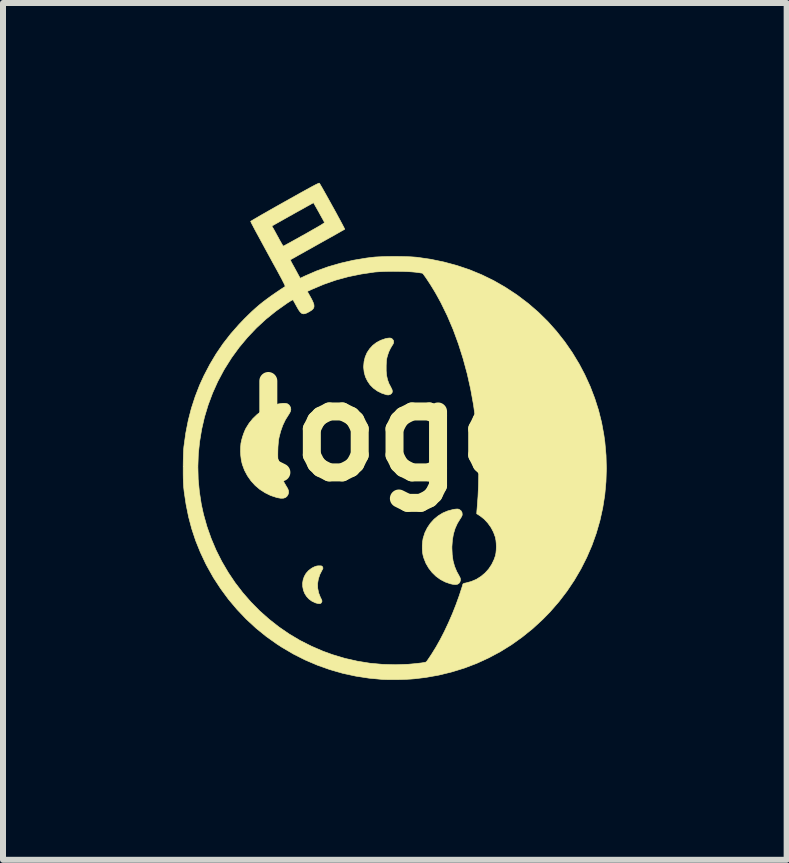
<source format=kicad_pcb>
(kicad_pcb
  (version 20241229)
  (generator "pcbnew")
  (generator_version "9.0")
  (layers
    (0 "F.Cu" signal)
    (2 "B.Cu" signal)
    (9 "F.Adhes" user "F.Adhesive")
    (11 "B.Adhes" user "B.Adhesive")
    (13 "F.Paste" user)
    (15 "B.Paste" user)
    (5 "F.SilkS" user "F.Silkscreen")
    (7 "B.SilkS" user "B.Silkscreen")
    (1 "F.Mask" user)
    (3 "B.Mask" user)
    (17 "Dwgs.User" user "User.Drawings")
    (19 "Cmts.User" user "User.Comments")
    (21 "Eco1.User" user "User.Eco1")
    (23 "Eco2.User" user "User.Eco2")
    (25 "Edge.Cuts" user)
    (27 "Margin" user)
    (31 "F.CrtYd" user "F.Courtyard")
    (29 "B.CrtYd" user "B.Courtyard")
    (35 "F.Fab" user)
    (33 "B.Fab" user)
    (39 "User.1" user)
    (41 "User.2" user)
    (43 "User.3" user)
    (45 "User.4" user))
  (footprint "logo"
    (layer "F.Cu")
    (at 3.529 4.138)
    (property "Reference" "logo" (at 0 0 0) (layer "F.SilkS") (effects (font (size 1.524 1.524) (thickness 0.3))))
    (attr through_hole)
    (fp_poly (pts (xy -1.232 2.248) (xy -1.217 2.25) (xy -1.208 2.255) (xy -1.201 2.265) (xy -1.2 2.267) (xy -1.194 2.28) (xy -1.194 2.291) (xy -1.201 2.306) (xy -1.205 2.313) (xy -1.244 2.389) (xy -1.27 2.466) (xy -1.283 2.544) (xy -1.281 2.621) (xy -1.266 2.697) (xy -1.237 2.771) (xy -1.234 2.777) (xy -1.22 2.805) (xy -1.212 2.824) (xy -1.21 2.836) (xy -1.211 2.846) (xy -1.214 2.851) (xy -1.223 2.866) (xy -1.23 2.873) (xy -1.248 2.878) (xy -1.275 2.876) (xy -1.309 2.868) (xy -1.318 2.865) (xy -1.378 2.837) (xy -1.428 2.8) (xy -1.468 2.756) (xy -1.499 2.706) (xy -1.52 2.652) (xy -1.531 2.595) (xy -1.533 2.538) (xy -1.524 2.481) (xy -1.505 2.426) (xy -1.476 2.375) (xy -1.437 2.33) (xy -1.387 2.291) (xy -1.357 2.274) (xy -1.326 2.26) (xy -1.302 2.252) (xy -1.277 2.248) (xy -1.258 2.248) (xy -1.232 2.248)) (stroke (width 0.01) (type solid)) (fill yes) (layer "F.SilkS"))
    (fp_poly (pts (xy -0.066 -1.55) (xy -0.048 -1.543) (xy -0.036 -1.534) (xy -0.018 -1.511) (xy -0.014 -1.484) (xy -0.022 -1.454) (xy -0.035 -1.434) (xy -0.067 -1.381) (xy -0.097 -1.318) (xy -0.117 -1.258) (xy -0.125 -1.229) (xy -0.131 -1.202) (xy -0.135 -1.172) (xy -0.137 -1.135) (xy -0.139 -1.09) (xy -0.139 -1.003) (xy -0.132 -0.926) (xy -0.117 -0.857) (xy -0.094 -0.793) (xy -0.062 -0.733) (xy -0.061 -0.73) (xy -0.043 -0.695) (xy -0.036 -0.666) (xy -0.04 -0.642) (xy -0.051 -0.625) (xy -0.073 -0.61) (xy -0.101 -0.602) (xy -0.131 -0.604) (xy -0.213 -0.631) (xy -0.287 -0.668) (xy -0.352 -0.715) (xy -0.407 -0.77) (xy -0.451 -0.834) (xy -0.485 -0.904) (xy -0.506 -0.98) (xy -0.515 -1.062) (xy -0.515 -1.076) (xy -0.508 -1.158) (xy -0.489 -1.235) (xy -0.458 -1.307) (xy -0.415 -1.371) (xy -0.363 -1.428) (xy -0.301 -1.476) (xy -0.231 -1.513) (xy -0.157 -1.539) (xy -0.117 -1.548) (xy -0.088 -1.551) (xy -0.066 -1.55)) (stroke (width 0.01) (type solid)) (fill yes) (layer "F.SilkS"))
    (fp_poly (pts (xy 1.065 1.302) (xy 1.08 1.308) (xy 1.082 1.309) (xy 1.109 1.329) (xy 1.125 1.357) (xy 1.129 1.388) (xy 1.127 1.407) (xy 1.118 1.427) (xy 1.103 1.452) (xy 1.097 1.461) (xy 1.048 1.54) (xy 1.01 1.625) (xy 0.982 1.718) (xy 0.965 1.818) (xy 0.957 1.927) (xy 0.957 1.954) (xy 0.962 2.063) (xy 0.976 2.163) (xy 1.001 2.255) (xy 1.037 2.342) (xy 1.078 2.416) (xy 1.096 2.452) (xy 1.1 2.485) (xy 1.091 2.516) (xy 1.09 2.519) (xy 1.073 2.541) (xy 1.049 2.555) (xy 1.016 2.56) (xy 0.974 2.556) (xy 0.931 2.547) (xy 0.845 2.517) (xy 0.765 2.475) (xy 0.692 2.422) (xy 0.627 2.359) (xy 0.571 2.287) (xy 0.524 2.207) (xy 0.489 2.119) (xy 0.475 2.069) (xy 0.467 2.021) (xy 0.463 1.965) (xy 0.463 1.905) (xy 0.468 1.846) (xy 0.476 1.793) (xy 0.479 1.782) (xy 0.507 1.694) (xy 0.548 1.612) (xy 0.599 1.537) (xy 0.659 1.471) (xy 0.728 1.414) (xy 0.804 1.367) (xy 0.887 1.332) (xy 0.974 1.309) (xy 1 1.304) (xy 1.029 1.301) (xy 1.05 1.3) (xy 1.065 1.302)) (stroke (width 0.01) (type solid)) (fill yes) (layer "F.SilkS"))
    (fp_poly (pts (xy -1.788 -0.455) (xy -1.761 -0.437) (xy -1.75 -0.423) (xy -1.733 -0.392) (xy -1.729 -0.359) (xy -1.737 -0.324) (xy -1.758 -0.285) (xy -1.77 -0.267) (xy -1.82 -0.187) (xy -1.863 -0.097) (xy -1.899 0.004) (xy -1.926 0.109) (xy -1.934 0.153) (xy -1.939 0.206) (xy -1.944 0.267) (xy -1.946 0.33) (xy -1.947 0.393) (xy -1.946 0.452) (xy -1.942 0.504) (xy -1.941 0.52) (xy -1.925 0.61) (xy -1.903 0.698) (xy -1.875 0.782) (xy -1.841 0.858) (xy -1.804 0.922) (xy -1.781 0.96) (xy -1.769 0.992) (xy -1.766 1.021) (xy -1.772 1.05) (xy -1.777 1.061) (xy -1.795 1.09) (xy -1.821 1.11) (xy -1.854 1.12) (xy -1.897 1.121) (xy -1.949 1.112) (xy -1.966 1.108) (xy -2.066 1.075) (xy -2.159 1.029) (xy -2.246 0.973) (xy -2.324 0.907) (xy -2.393 0.831) (xy -2.452 0.747) (xy -2.501 0.656) (xy -2.537 0.559) (xy -2.544 0.533) (xy -2.556 0.476) (xy -2.564 0.411) (xy -2.568 0.342) (xy -2.567 0.276) (xy -2.562 0.216) (xy -2.562 0.21) (xy -2.551 0.157) (xy -2.535 0.098) (xy -2.514 0.037) (xy -2.491 -0.019) (xy -2.476 -0.049) (xy -2.423 -0.133) (xy -2.361 -0.209) (xy -2.289 -0.278) (xy -2.21 -0.337) (xy -2.124 -0.387) (xy -2.035 -0.425) (xy -1.943 -0.451) (xy -1.866 -0.463) (xy -1.822 -0.463) (xy -1.788 -0.455)) (stroke (width 0.01) (type solid)) (fill yes) (layer "F.SilkS"))
    (fp_poly (pts (xy -1.253 -4.133) (xy -1.252 -4.132) (xy -1.244 -4.119) (xy -1.231 -4.097) (xy -1.212 -4.065) (xy -1.19 -4.026) (xy -1.164 -3.98) (xy -1.135 -3.928) (xy -1.104 -3.873) (xy -1.072 -3.815) (xy -1.039 -3.755) (xy -1.006 -3.696) (xy -0.974 -3.638) (xy -0.944 -3.582) (xy -0.915 -3.529) (xy -0.89 -3.482) (xy -0.868 -3.441) (xy -0.851 -3.408) (xy -0.838 -3.383) (xy -0.831 -3.369) (xy -0.83 -3.366) (xy -0.837 -3.361) (xy -0.855 -3.351) (xy -0.884 -3.335) (xy -0.922 -3.313) (xy -0.968 -3.287) (xy -1.022 -3.256) (xy -1.082 -3.223) (xy -1.148 -3.186) (xy -1.218 -3.147) (xy -1.277 -3.114) (xy -1.35 -3.073) (xy -1.419 -3.034) (xy -1.484 -2.998) (xy -1.544 -2.964) (xy -1.597 -2.935) (xy -1.642 -2.909) (xy -1.679 -2.888) (xy -1.707 -2.873) (xy -1.724 -2.863) (xy -1.73 -2.86) (xy -1.734 -2.856) (xy -1.734 -2.848) (xy -1.729 -2.835) (xy -1.719 -2.814) (xy -1.708 -2.794) (xy -1.692 -2.765) (xy -1.671 -2.728) (xy -1.649 -2.687) (xy -1.627 -2.647) (xy -1.624 -2.641) (xy -1.573 -2.548) (xy -1.493 -2.586) (xy -1.302 -2.669) (xy -1.105 -2.74) (xy -0.9 -2.799) (xy -0.688 -2.848) (xy -0.467 -2.885) (xy -0.37 -2.897) (xy -0.323 -2.902) (xy -0.264 -2.905) (xy -0.195 -2.908) (xy -0.121 -2.91) (xy -0.042 -2.911) (xy 0.038 -2.911) (xy 0.117 -2.91) (xy 0.192 -2.908) (xy 0.261 -2.906) (xy 0.322 -2.902) (xy 0.371 -2.898) (xy 0.373 -2.898) (xy 0.601 -2.865) (xy 0.823 -2.819) (xy 1.039 -2.761) (xy 1.25 -2.69) (xy 1.454 -2.606) (xy 1.653 -2.509) (xy 1.845 -2.399) (xy 2.031 -2.277) (xy 2.051 -2.263) (xy 2.229 -2.128) (xy 2.397 -1.983) (xy 2.555 -1.828) (xy 2.702 -1.663) (xy 2.839 -1.489) (xy 2.965 -1.307) (xy 3.081 -1.115) (xy 3.172 -0.942) (xy 3.262 -0.745) (xy 3.338 -0.547) (xy 3.402 -0.347) (xy 3.453 -0.143) (xy 3.491 0.066) (xy 3.507 0.179) (xy 3.527 0.403) (xy 3.533 0.626) (xy 3.526 0.847) (xy 3.506 1.066) (xy 3.472 1.281) (xy 3.425 1.494) (xy 3.365 1.702) (xy 3.292 1.907) (xy 3.206 2.106) (xy 3.108 2.3) (xy 2.998 2.488) (xy 2.876 2.67) (xy 2.742 2.845) (xy 2.596 3.013) (xy 2.471 3.141) (xy 2.305 3.294) (xy 2.131 3.434) (xy 1.951 3.563) (xy 1.764 3.679) (xy 1.571 3.782) (xy 1.371 3.874) (xy 1.166 3.952) (xy 0.955 4.017) (xy 0.739 4.07) (xy 0.519 4.109) (xy 0.335 4.131) (xy 0.274 4.136) (xy 0.203 4.14) (xy 0.126 4.143) (xy 0.047 4.145) (xy -0.031 4.145) (xy -0.104 4.145) (xy -0.169 4.143) (xy -0.201 4.142) (xy -0.425 4.121) (xy -0.646 4.087) (xy -0.863 4.04) (xy -1.076 3.979) (xy -1.285 3.905) (xy -1.489 3.818) (xy -1.687 3.718) (xy -1.879 3.605) (xy -1.961 3.552) (xy -2.141 3.424) (xy -2.312 3.285) (xy -2.474 3.135) (xy -2.626 2.975) (xy -2.768 2.807) (xy -2.899 2.629) (xy -3.02 2.444) (xy -3.128 2.251) (xy -3.15 2.209) (xy -3.239 2.019) (xy -3.316 1.828) (xy -3.381 1.632) (xy -3.434 1.432) (xy -3.476 1.225) (xy -3.508 1.01) (xy -3.515 0.945) (xy -3.518 0.903) (xy -3.521 0.849) (xy -3.523 0.785) (xy -3.524 0.715) (xy -3.524 0.642) (xy -3.524 0.594) (xy -3.279 0.594) (xy -3.274 0.804) (xy -3.254 1.014) (xy -3.222 1.222) (xy -3.186 1.387) (xy -3.128 1.593) (xy -3.057 1.794) (xy -2.975 1.988) (xy -2.88 2.176) (xy -2.774 2.357) (xy -2.658 2.53) (xy -2.531 2.695) (xy -2.394 2.852) (xy -2.248 3) (xy -2.092 3.138) (xy -1.928 3.267) (xy -1.756 3.385) (xy -1.576 3.492) (xy -1.388 3.587) (xy -1.194 3.671) (xy -1.034 3.729) (xy -0.827 3.791) (xy -0.619 3.838) (xy -0.408 3.872) (xy -0.196 3.891) (xy 0.018 3.897) (xy 0.234 3.889) (xy 0.254 3.887) (xy 0.31 3.882) (xy 0.364 3.877) (xy 0.414 3.871) (xy 0.456 3.866) (xy 0.491 3.86) (xy 0.516 3.855) (xy 0.528 3.85) (xy 0.528 3.85) (xy 0.538 3.839) (xy 0.553 3.818) (xy 0.573 3.789) (xy 0.597 3.753) (xy 0.624 3.712) (xy 0.651 3.668) (xy 0.679 3.623) (xy 0.692 3.602) (xy 0.762 3.477) (xy 0.832 3.341) (xy 0.9 3.196) (xy 0.965 3.047) (xy 1.025 2.895) (xy 1.08 2.743) (xy 1.128 2.595) (xy 1.14 2.553) (xy 1.148 2.545) (xy 1.169 2.537) (xy 1.191 2.533) (xy 1.279 2.509) (xy 1.362 2.474) (xy 1.439 2.426) (xy 1.508 2.369) (xy 1.569 2.302) (xy 1.62 2.226) (xy 1.66 2.143) (xy 1.684 2.074) (xy 1.691 2.034) (xy 1.696 1.984) (xy 1.698 1.929) (xy 1.696 1.874) (xy 1.691 1.822) (xy 1.683 1.778) (xy 1.681 1.769) (xy 1.65 1.685) (xy 1.608 1.606) (xy 1.556 1.534) (xy 1.497 1.47) (xy 1.43 1.417) (xy 1.42 1.411) (xy 1.398 1.396) (xy 1.381 1.385) (xy 1.371 1.38) (xy 1.371 1.379) (xy 1.371 1.372) (xy 1.372 1.354) (xy 1.374 1.326) (xy 1.377 1.291) (xy 1.379 1.266) (xy 1.392 1.093) (xy 1.4 0.913) (xy 1.404 0.724) (xy 1.404 0.676) (xy 1.399 0.394) (xy 1.382 0.114) (xy 1.355 -0.161) (xy 1.318 -0.432) (xy 1.27 -0.698) (xy 1.212 -0.957) (xy 1.143 -1.21) (xy 1.065 -1.456) (xy 0.978 -1.693) (xy 0.881 -1.921) (xy 0.774 -2.14) (xy 0.7 -2.275) (xy 0.677 -2.315) (xy 0.651 -2.358) (xy 0.623 -2.404) (xy 0.595 -2.449) (xy 0.566 -2.493) (xy 0.539 -2.534) (xy 0.515 -2.569) (xy 0.494 -2.598) (xy 0.479 -2.619) (xy 0.469 -2.63) (xy 0.468 -2.631) (xy 0.457 -2.634) (xy 0.434 -2.637) (xy 0.403 -2.642) (xy 0.366 -2.647) (xy 0.339 -2.65) (xy 0.281 -2.655) (xy 0.214 -2.659) (xy 0.138 -2.662) (xy 0.057 -2.663) (xy -0.025 -2.664) (xy -0.106 -2.663) (xy -0.183 -2.661) (xy -0.253 -2.657) (xy -0.314 -2.653) (xy -0.335 -2.651) (xy -0.556 -2.618) (xy -0.771 -2.574) (xy -0.979 -2.517) (xy -1.18 -2.447) (xy -1.374 -2.365) (xy -1.392 -2.357) (xy -1.455 -2.328) (xy -1.437 -2.298) (xy -1.403 -2.237) (xy -1.376 -2.187) (xy -1.357 -2.145) (xy -1.345 -2.111) (xy -1.342 -2.083) (xy -1.346 -2.059) (xy -1.357 -2.039) (xy -1.376 -2.02) (xy -1.403 -2.002) (xy -1.426 -1.988) (xy -1.464 -1.968) (xy -1.495 -1.957) (xy -1.521 -1.954) (xy -1.544 -1.96) (xy -1.565 -1.977) (xy -1.588 -2.004) (xy -1.612 -2.043) (xy -1.632 -2.079) (xy -1.651 -2.113) (xy -1.667 -2.143) (xy -1.681 -2.167) (xy -1.689 -2.182) (xy -1.691 -2.186) (xy -1.697 -2.187) (xy -1.708 -2.183) (xy -1.728 -2.173) (xy -1.756 -2.155) (xy -1.795 -2.13) (xy -1.796 -2.129) (xy -1.975 -2.002) (xy -2.145 -1.865) (xy -2.303 -1.719) (xy -2.451 -1.563) (xy -2.589 -1.398) (xy -2.716 -1.224) (xy -2.832 -1.04) (xy -2.85 -1.009) (xy -2.949 -0.823) (xy -3.035 -0.631) (xy -3.108 -0.435) (xy -3.169 -0.234) (xy -3.216 -0.03) (xy -3.25 0.176) (xy -3.272 0.385) (xy -3.279 0.594) (xy -3.524 0.594) (xy -3.524 0.566) (xy -3.523 0.492) (xy -3.521 0.421) (xy -3.519 0.357) (xy -3.516 0.301) (xy -3.512 0.256) (xy -3.511 0.25) (xy -3.481 0.033) (xy -3.44 -0.176) (xy -3.388 -0.378) (xy -3.324 -0.575) (xy -3.25 -0.766) (xy -3.179 -0.921) (xy -3.081 -1.109) (xy -2.975 -1.287) (xy -2.859 -1.457) (xy -2.732 -1.62) (xy -2.593 -1.778) (xy -2.501 -1.874) (xy -2.436 -1.938) (xy -2.375 -1.997) (xy -2.315 -2.051) (xy -2.256 -2.102) (xy -2.194 -2.152) (xy -2.129 -2.201) (xy -2.059 -2.252) (xy -1.981 -2.306) (xy -1.894 -2.365) (xy -1.826 -2.409) (xy -1.824 -2.413) (xy -1.825 -2.419) (xy -1.829 -2.43) (xy -1.836 -2.446) (xy -1.847 -2.469) (xy -1.862 -2.498) (xy -1.881 -2.536) (xy -1.906 -2.582) (xy -1.936 -2.638) (xy -1.972 -2.704) (xy -2.015 -2.782) (xy -2.016 -2.783) (xy -2.08 -2.901) (xy -2.138 -3.007) (xy -2.189 -3.101) (xy -2.234 -3.184) (xy -2.273 -3.256) (xy -2.307 -3.318) (xy -2.335 -3.37) (xy -2.357 -3.413) (xy -2.36 -3.419) (xy -2.045 -3.419) (xy -2.033 -3.397) (xy -2.026 -3.385) (xy -2.013 -3.363) (xy -1.996 -3.332) (xy -1.976 -3.295) (xy -1.953 -3.253) (xy -1.94 -3.23) (xy -1.918 -3.188) (xy -1.897 -3.152) (xy -1.88 -3.121) (xy -1.866 -3.099) (xy -1.857 -3.086) (xy -1.855 -3.083) (xy -1.848 -3.087) (xy -1.83 -3.096) (xy -1.801 -3.112) (xy -1.764 -3.132) (xy -1.719 -3.157) (xy -1.667 -3.186) (xy -1.61 -3.217) (xy -1.549 -3.252) (xy -1.506 -3.275) (xy -1.429 -3.319) (xy -1.363 -3.357) (xy -1.308 -3.388) (xy -1.263 -3.414) (xy -1.227 -3.435) (xy -1.201 -3.452) (xy -1.183 -3.464) (xy -1.172 -3.472) (xy -1.168 -3.477) (xy -1.168 -3.478) (xy -1.172 -3.487) (xy -1.183 -3.507) (xy -1.198 -3.535) (xy -1.218 -3.57) (xy -1.24 -3.61) (xy -1.261 -3.649) (xy -1.351 -3.808) (xy -1.39 -3.786) (xy -1.404 -3.778) (xy -1.429 -3.764) (xy -1.464 -3.745) (xy -1.506 -3.721) (xy -1.556 -3.693) (xy -1.611 -3.663) (xy -1.67 -3.63) (xy -1.731 -3.595) (xy -1.738 -3.592) (xy -2.045 -3.419) (xy -2.36 -3.419) (xy -2.375 -3.446) (xy -2.387 -3.471) (xy -2.395 -3.487) (xy -2.399 -3.496) (xy -2.399 -3.497) (xy -2.393 -3.501) (xy -2.375 -3.512) (xy -2.347 -3.529) (xy -2.309 -3.551) (xy -2.263 -3.578) (xy -2.208 -3.61) (xy -2.146 -3.645) (xy -2.078 -3.684) (xy -2.004 -3.726) (xy -1.926 -3.77) (xy -1.844 -3.816) (xy -1.83 -3.824) (xy -1.732 -3.879) (xy -1.646 -3.927) (xy -1.571 -3.969) (xy -1.506 -4.005) (xy -1.451 -4.035) (xy -1.404 -4.061) (xy -1.365 -4.082) (xy -1.333 -4.099) (xy -1.308 -4.112) (xy -1.288 -4.121) (xy -1.274 -4.128) (xy -1.263 -4.132) (xy -1.257 -4.133) (xy -1.253 -4.133)) (stroke (width 0.01) (type solid)) (fill yes) (layer "F.SilkS")))
  (gr_rect
    (start -3 -3)
    (end 10.068 11.288)
    (stroke (width 0.1) (type default))
    (fill no)
    (layer "Edge.Cuts")))
</source>
